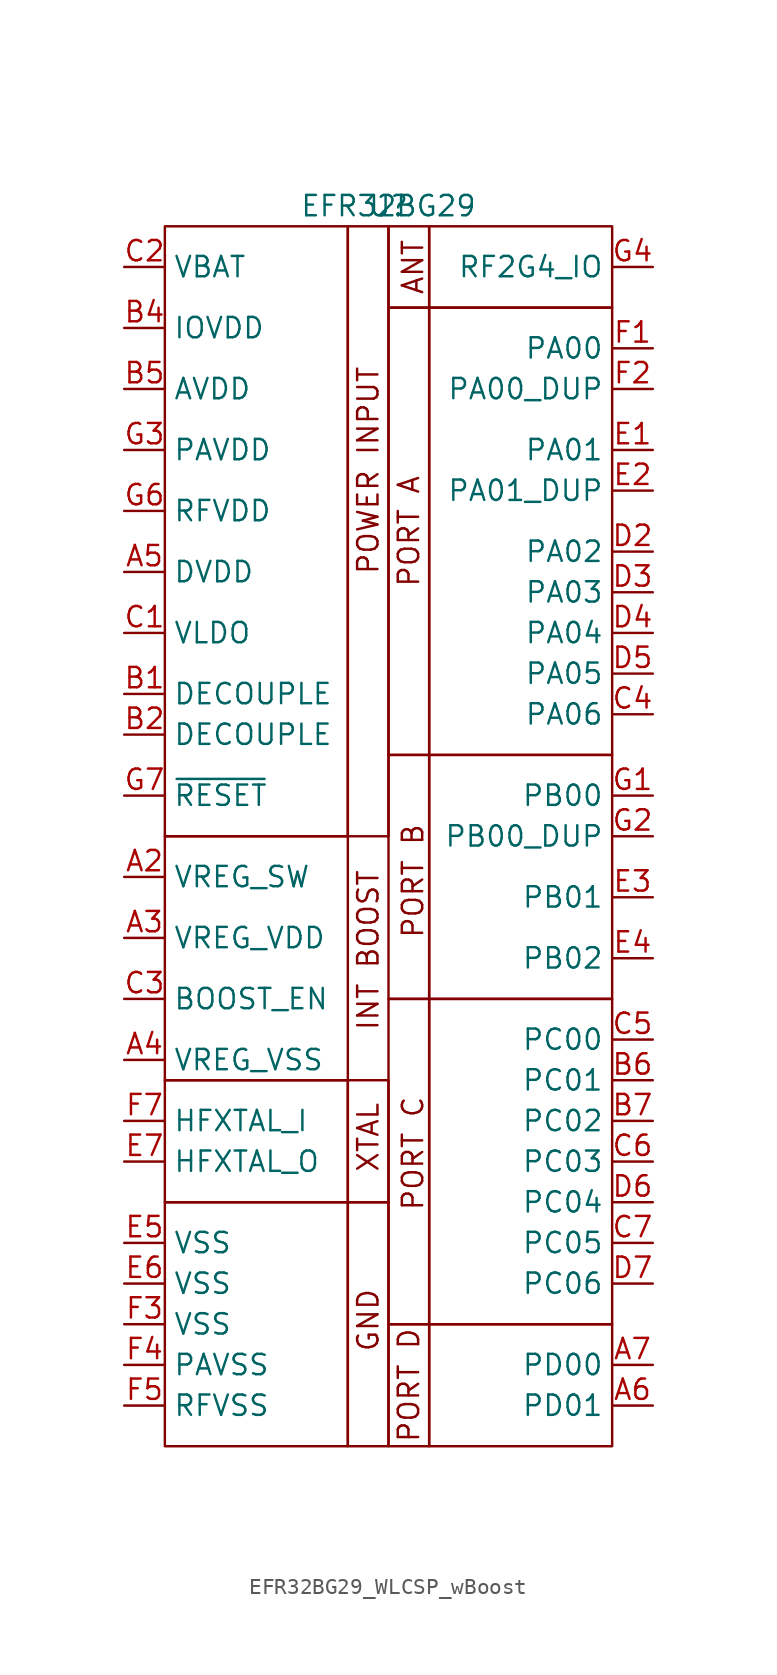
<source format=kicad_sym>
(kicad_symbol_lib
  (version 20241209)
  (generator "kicad_symbol_editor")
  (generator_version "9.0")
  (symbol "EFR32BG29_WLCSP_wBoost"
    (property "Reference" "U"
      (at 0 0 0)
      (effects (font (size 1.27 1.27))))
    (property "Value" "EFR32BG29"
      (at 0 0 0)
      (effects (font (size 1.27 1.27))))
    (symbol "EFR32BG29_WLCSP_wBoost_0_1"
      (rectangle (start -13.97 -1.27) (end -2.54 -39.37) (stroke (width 0) (type default)) (fill (type none)))
      (rectangle (start -13.97 -39.37) (end -2.54 -54.61) (stroke (width 0) (type default)) (fill (type none)))
      (rectangle (start -13.97 -54.61) (end -2.54 -62.23) (stroke (width 0) (type default)) (fill (type none)))
      (rectangle (start -13.97 -62.23) (end -2.54 -77.47) (stroke (width 0) (type default)) (fill (type none)))
      (rectangle (start -2.54 -1.27) (end 0 -39.37) (stroke (width 0) (type default)) (fill (type none)))
      (rectangle (start -2.54 -54.61) (end 0 -62.23) (stroke (width 0) (type default)) (fill (type none)))
      (rectangle (start -2.54 -62.23) (end 0 -77.47) (stroke (width 0) (type default)) (fill (type none)))
      (rectangle (start 0 -1.27) (end 2.54 -6.35) (stroke (width 0) (type default)) (fill (type none)))
      (rectangle (start 0 -6.35) (end 2.54 -34.29) (stroke (width 0) (type default)) (fill (type none)))
      (rectangle (start 0 -34.29) (end 2.54 -49.53) (stroke (width 0) (type default)) (fill (type none)))
      (rectangle (start 0 -49.53) (end 2.54 -69.85) (stroke (width 0) (type default)) (fill (type none)))
      (rectangle (start 0 -69.85) (end 2.54 -77.47) (stroke (width 0) (type default)) (fill (type none)))
      (rectangle (start 2.54 -1.27) (end 13.97 -6.35) (stroke (width 0) (type default)) (fill (type none)))
      (rectangle (start 2.54 -6.35) (end 13.97 -34.29) (stroke (width 0) (type default)) (fill (type none)))
      (rectangle (start 2.54 -34.29) (end 13.97 -49.53) (stroke (width 0) (type default)) (fill (type none)))
      (rectangle (start 2.54 -49.53) (end 13.97 -69.85) (stroke (width 0) (type default)) (fill (type none)))
      (rectangle (start 2.54 -69.85) (end 13.97 -77.47) (stroke (width 0) (type default)) (fill (type none))))
    (symbol "EFR32BG29_WLCSP_wBoost_1_1"
      (text "POWER INPUT" (at -1.27 -16.51 900) (effects (font (size 1.27 1.27))))
      (text "INT BOOST" (at -1.27 -46.482 900) (effects (font (size 1.27 1.27))))
      (text "XTAL" (at -1.27 -58.166 900) (effects (font (size 1.27 1.27))))
      (text "GND" (at -1.27 -69.596 900) (effects (font (size 1.27 1.27))))
      (text "PORT A" (at 1.27 -20.32 900) (effects (font (size 1.27 1.27))))
      (text "PORT D" (at 1.27 -73.66 900) (effects (font (size 1.27 1.27))))
      (text "ANT" (at 1.524 -3.81 900) (effects (font (size 1.27 1.27))))
      (text "PORT B" (at 1.524 -42.164 900) (effects (font (size 1.27 1.27))))
      (text "PORT C" (at 1.524 -59.182 900) (effects (font (size 1.27 1.27))))
      (pin power_in line (at -16.51 -3.81 0) (length 2.54) (name "VBAT" (effects (font (size 1.27 1.27)))) (number "C2" (effects (font (size 1.27 1.27)))))
      (pin output line (at -16.51 -7.62 0) (length 2.54) (name "IOVDD" (effects (font (size 1.27 1.27)))) (number "B4" (effects (font (size 1.27 1.27)))))
      (pin power_in line (at -16.51 -11.43 0) (length 2.54) (name "AVDD" (effects (font (size 1.27 1.27)))) (number "B5" (effects (font (size 1.27 1.27)))))
      (pin power_out line (at -16.51 -15.24 0) (length 2.54) (name "PAVDD" (effects (font (size 1.27 1.27)))) (number "G3" (effects (font (size 1.27 1.27)))))
      (pin power_in line (at -16.51 -19.05 0) (length 2.54) (name "RFVDD" (effects (font (size 1.27 1.27)))) (number "G6" (effects (font (size 1.27 1.27)))))
      (pin output line (at -16.51 -22.86 0) (length 2.54) (name "DVDD" (effects (font (size 1.27 1.27)))) (number "A5" (effects (font (size 1.27 1.27)))))
      (pin power_in line (at -16.51 -26.67 0) (length 2.54) (name "VLDO" (effects (font (size 1.27 1.27)))) (number "C1" (effects (font (size 1.27 1.27)))))
      (pin output line (at -16.51 -30.48 0) (length 2.54) (name "DECOUPLE" (effects (font (size 1.27 1.27)))) (number "B1" (effects (font (size 1.27 1.27)))))
      (pin output line (at -16.51 -33.02 0) (length 2.54) (name "DECOUPLE" (effects (font (size 1.27 1.27)))) (number "B2" (effects (font (size 1.27 1.27)))))
      (pin bidirectional line (at -16.51 -36.83 0) (length 2.54) (name "~{RESET}" (effects (font (size 1.27 1.27)))) (number "G7" (effects (font (size 1.27 1.27)))))
      (pin output line (at -16.51 -41.91 0) (length 2.54) (name "VREG_SW" (effects (font (size 1.27 1.27)))) (number "A2" (effects (font (size 1.27 1.27)))))
      (pin power_in line (at -16.51 -45.72 0) (length 2.54) (name "VREG_VDD" (effects (font (size 1.27 1.27)))) (number "A3" (effects (font (size 1.27 1.27)))))
      (pin input line (at -16.51 -49.53 0) (length 2.54) (name "BOOST_EN" (effects (font (size 1.27 1.27)))) (number "C3" (effects (font (size 1.27 1.27)))))
      (pin power_out line (at -16.51 -53.34 0) (length 2.54) (name "VREG_VSS" (effects (font (size 1.27 1.27)))) (number "A4" (effects (font (size 1.27 1.27)))))
      (pin bidirectional line (at -16.51 -57.15 0) (length 2.54) (name "HFXTAL_I" (effects (font (size 1.27 1.27)))) (number "F7" (effects (font (size 1.27 1.27)))))
      (pin output line (at -16.51 -59.69 0) (length 2.54) (name "HFXTAL_O" (effects (font (size 1.27 1.27)))) (number "E7" (effects (font (size 1.27 1.27)))))
      (pin power_in line (at -16.51 -64.77 0) (length 2.54) (name "VSS" (effects (font (size 1.27 1.27)))) (number "E5" (effects (font (size 1.27 1.27)))))
      (pin no_connect line (at -16.51 -66.04 0) (length 2.54) (hide yes) (name "NC" (effects (font (size 1.27 1.27)))) (number "A1" (effects (font (size 1.27 1.27)))))
      (pin power_in line (at -16.51 -67.31 0) (length 2.54) (name "VSS" (effects (font (size 1.27 1.27)))) (number "E6" (effects (font (size 1.27 1.27)))))
      (pin power_out line (at -16.51 -69.85 0) (length 2.54) (name "VSS" (effects (font (size 1.27 1.27)))) (number "F3" (effects (font (size 1.27 1.27)))))
      (pin power_out line (at -16.51 -72.39 0) (length 2.54) (name "PAVSS" (effects (font (size 1.27 1.27)))) (number "F4" (effects (font (size 1.27 1.27)))))
      (pin power_out line (at -16.51 -74.93 0) (length 2.54) (name "RFVSS" (effects (font (size 1.27 1.27)))) (number "F5" (effects (font (size 1.27 1.27)))))
      (pin bidirectional line (at 16.51 -3.81 180) (length 2.54) (name "RF2G4_IO" (effects (font (size 1.27 1.27)))) (number "G4" (effects (font (size 1.27 1.27)))))
      (pin bidirectional line (at 16.51 -8.89 180) (length 2.54) (name "PA00" (effects (font (size 1.27 1.27)))) (number "F1" (effects (font (size 1.27 1.27)))))
      (pin bidirectional line (at 16.51 -11.43 180) (length 2.54) (name "PA00_DUP" (effects (font (size 1.27 1.27)))) (number "F2" (effects (font (size 1.27 1.27)))))
      (pin bidirectional line (at 16.51 -15.24 180) (length 2.54) (name "PA01" (effects (font (size 1.27 1.27)))) (number "E1" (effects (font (size 1.27 1.27)))))
      (pin bidirectional line (at 16.51 -17.78 180) (length 2.54) (name "PA01_DUP" (effects (font (size 1.27 1.27)))) (number "E2" (effects (font (size 1.27 1.27)))))
      (pin bidirectional line (at 16.51 -21.59 180) (length 2.54) (name "PA02" (effects (font (size 1.27 1.27)))) (number "D2" (effects (font (size 1.27 1.27)))))
      (pin bidirectional line (at 16.51 -24.13 180) (length 2.54) (name "PA03" (effects (font (size 1.27 1.27)))) (number "D3" (effects (font (size 1.27 1.27)))))
      (pin input line (at 16.51 -26.67 180) (length 2.54) (name "PA04" (effects (font (size 1.27 1.27)))) (number "D4" (effects (font (size 1.27 1.27)))))
      (pin bidirectional line (at 16.51 -29.21 180) (length 2.54) (name "PA05" (effects (font (size 1.27 1.27)))) (number "D5" (effects (font (size 1.27 1.27)))))
      (pin input line (at 16.51 -31.75 180) (length 2.54) (name "PA06" (effects (font (size 1.27 1.27)))) (number "C4" (effects (font (size 1.27 1.27)))))
      (pin bidirectional line (at 16.51 -36.83 180) (length 2.54) (name "PB00" (effects (font (size 1.27 1.27)))) (number "G1" (effects (font (size 1.27 1.27)))))
      (pin bidirectional line (at 16.51 -39.37 180) (length 2.54) (name "PB00_DUP" (effects (font (size 1.27 1.27)))) (number "G2" (effects (font (size 1.27 1.27)))))
      (pin bidirectional line (at 16.51 -43.18 180) (length 2.54) (name "PB01" (effects (font (size 1.27 1.27)))) (number "E3" (effects (font (size 1.27 1.27)))))
      (pin bidirectional line (at 16.51 -46.99 180) (length 2.54) (name "PB02" (effects (font (size 1.27 1.27)))) (number "E4" (effects (font (size 1.27 1.27)))))
      (pin bidirectional line (at 16.51 -52.07 180) (length 2.54) (name "PC00" (effects (font (size 1.27 1.27)))) (number "C5" (effects (font (size 1.27 1.27)))))
      (pin bidirectional line (at 16.51 -54.61 180) (length 2.54) (name "PC01" (effects (font (size 1.27 1.27)))) (number "B6" (effects (font (size 1.27 1.27)))))
      (pin output line (at 16.51 -57.15 180) (length 2.54) (name "PC02" (effects (font (size 1.27 1.27)))) (number "B7" (effects (font (size 1.27 1.27)))))
      (pin bidirectional line (at 16.51 -59.69 180) (length 2.54) (name "PC03" (effects (font (size 1.27 1.27)))) (number "C6" (effects (font (size 1.27 1.27)))))
      (pin bidirectional line (at 16.51 -62.23 180) (length 2.54) (name "PC04" (effects (font (size 1.27 1.27)))) (number "D6" (effects (font (size 1.27 1.27)))))
      (pin bidirectional line (at 16.51 -64.77 180) (length 2.54) (name "PC05" (effects (font (size 1.27 1.27)))) (number "C7" (effects (font (size 1.27 1.27)))))
      (pin bidirectional line (at 16.51 -67.31 180) (length 2.54) (name "PC06" (effects (font (size 1.27 1.27)))) (number "D7" (effects (font (size 1.27 1.27)))))
      (pin output line (at 16.51 -72.39 180) (length 2.54) (name "PD00" (effects (font (size 1.27 1.27)))) (number "A7" (effects (font (size 1.27 1.27)))))
      (pin output line (at 16.51 -74.93 180) (length 2.54) (name "PD01" (effects (font (size 1.27 1.27)))) (number "A6" (effects (font (size 1.27 1.27))))))))
</source>
